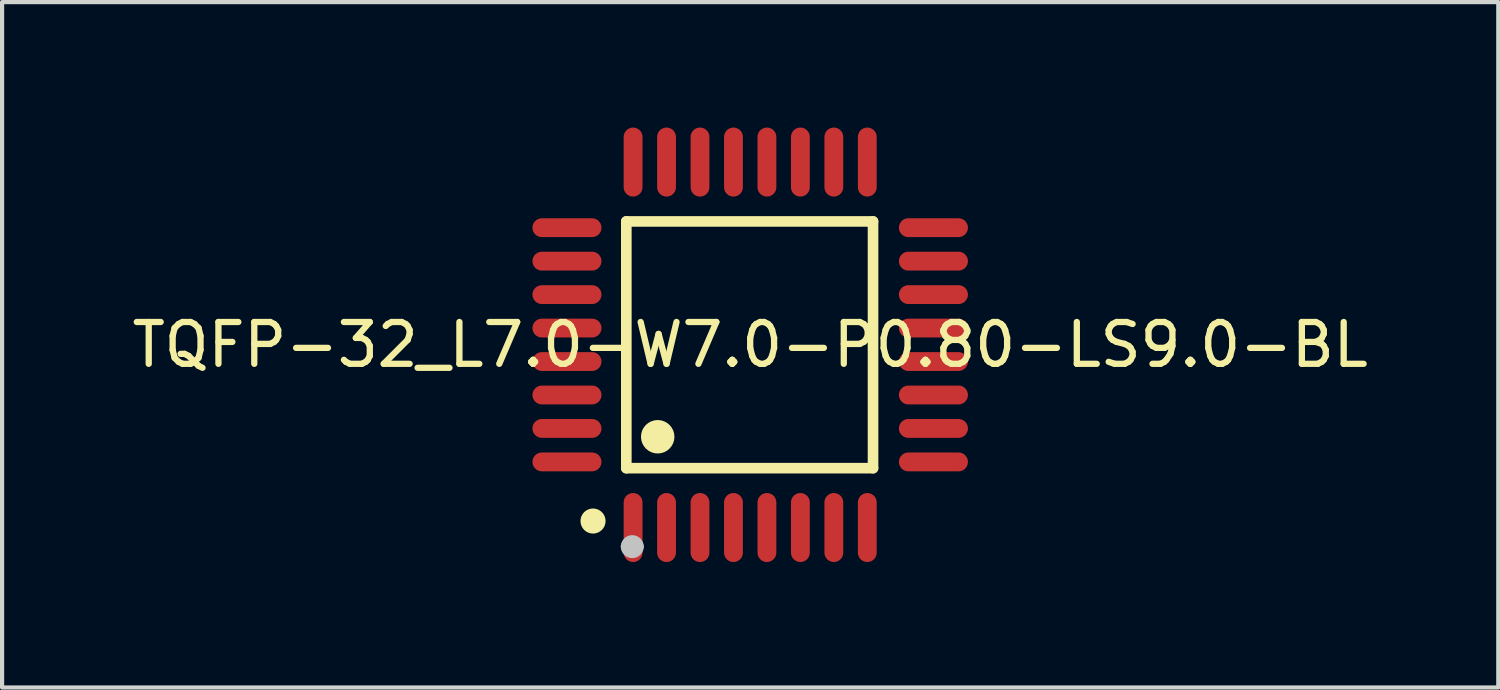
<source format=kicad_pcb>
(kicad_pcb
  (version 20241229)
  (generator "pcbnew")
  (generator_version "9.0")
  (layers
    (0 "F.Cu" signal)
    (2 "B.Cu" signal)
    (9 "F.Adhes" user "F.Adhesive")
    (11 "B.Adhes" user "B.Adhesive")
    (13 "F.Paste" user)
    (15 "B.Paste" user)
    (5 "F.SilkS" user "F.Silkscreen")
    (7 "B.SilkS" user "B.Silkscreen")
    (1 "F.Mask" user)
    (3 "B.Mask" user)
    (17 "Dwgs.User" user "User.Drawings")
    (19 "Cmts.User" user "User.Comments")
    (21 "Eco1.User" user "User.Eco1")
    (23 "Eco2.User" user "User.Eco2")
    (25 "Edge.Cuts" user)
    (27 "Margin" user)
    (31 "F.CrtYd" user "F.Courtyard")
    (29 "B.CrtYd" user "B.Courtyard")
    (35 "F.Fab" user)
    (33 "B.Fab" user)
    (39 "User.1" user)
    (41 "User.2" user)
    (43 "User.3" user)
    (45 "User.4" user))
  (footprint "TQFP-32_L7.0-W7.0-P0.80-LS9.0-BL"
    (layer "F.Cu")
    (at 14.887 5.194)
    (property "Reference" "TQFP-32_L7.0-W7.0-P0.80-LS9.0-BL" (at 0 0 0) (layer "F.SilkS") (effects (font (size 1 1) (thickness 0.15))))
    (fp_line (start -2.962 -2.95) (end -2.962 2.95) (stroke (width 0.254) (type default)) (layer "F.SilkS"))
    (fp_line (start -2.962 2.95) (end 2.937 2.95) (stroke (width 0.254) (type default)) (layer "F.SilkS"))
    (fp_line (start 2.937 -2.95) (end -2.962 -2.95) (stroke (width 0.254) (type default)) (layer "F.SilkS"))
    (fp_line (start 2.937 2.95) (end 2.937 -2.95) (stroke (width 0.254) (type default)) (layer "F.SilkS"))
    (fp_arc (start -3.7565 4.064) (mid -3.75825 4.364007) (end -3.759 4.064) (stroke (width 0.3) (type default)) (layer "F.SilkS"))
    (fp_arc (start -2.21 1.999) (mid -2.21375 2.399012) (end -2.2125 1.999) (stroke (width 0.4) (type default)) (layer "F.SilkS"))
    (fp_arc (start -2.9675 4.826) (mid -2.8195 4.678) (end -2.6715 4.826) (stroke (width 0.254) (type default)) (layer "Dwgs.User"))
    (fp_arc (start -2.6715 4.826) (mid -2.8195 4.974) (end -2.9675 4.826) (stroke (width 0.254) (type default)) (layer "Dwgs.User"))
    (fp_circle (center -2.82 4.826) (end -2.692 4.826) (stroke (width 0.254) (type default)) (fill no) (layer "Dwgs.User"))
    (fp_poly (pts (xy -4.5 -2.615) (xy -4.5 -2.985) (xy -3.9 -2.985) (xy -3.9 -2.615)) (stroke (width 0.1) (type default)) (fill no) (layer "User.1"))
    (fp_poly (pts (xy -4.5 -1.815) (xy -4.5 -2.185) (xy -3.9 -2.185) (xy -3.9 -1.815)) (stroke (width 0.1) (type default)) (fill no) (layer "User.1"))
    (fp_poly (pts (xy -4.5 -1.015) (xy -4.5 -1.385) (xy -3.9 -1.385) (xy -3.9 -1.015)) (stroke (width 0.1) (type default)) (fill no) (layer "User.1"))
    (fp_poly (pts (xy -4.5 -0.215) (xy -4.5 -0.585) (xy -3.9 -0.585) (xy -3.9 -0.215)) (stroke (width 0.1) (type default)) (fill no) (layer "User.1"))
    (fp_poly (pts (xy -4.5 0.585) (xy -4.5 0.215) (xy -3.9 0.215) (xy -3.9 0.585)) (stroke (width 0.1) (type default)) (fill no) (layer "User.1"))
    (fp_poly (pts (xy -4.5 1.385) (xy -4.5 1.015) (xy -3.9 1.015) (xy -3.9 1.385)) (stroke (width 0.1) (type default)) (fill no) (layer "User.1"))
    (fp_poly (pts (xy -4.5 2.185) (xy -4.5 1.815) (xy -3.9 1.815) (xy -3.9 2.185)) (stroke (width 0.1) (type default)) (fill no) (layer "User.1"))
    (fp_poly (pts (xy -4.5 2.985) (xy -4.5 2.615) (xy -3.9 2.615) (xy -3.9 2.985)) (stroke (width 0.1) (type default)) (fill no) (layer "User.1"))
    (fp_poly (pts (xy -3.91 -2.615) (xy -3.91 -2.985) (xy -3.49 -2.985) (xy -3.49 -2.615)) (stroke (width 0.1) (type default)) (fill no) (layer "User.1"))
    (fp_poly (pts (xy -3.91 -1.815) (xy -3.91 -2.185) (xy -3.49 -2.185) (xy -3.49 -1.815)) (stroke (width 0.1) (type default)) (fill no) (layer "User.1"))
    (fp_poly (pts (xy -3.91 -1.015) (xy -3.91 -1.385) (xy -3.49 -1.385) (xy -3.49 -1.015)) (stroke (width 0.1) (type default)) (fill no) (layer "User.1"))
    (fp_poly (pts (xy -3.91 -0.215) (xy -3.91 -0.585) (xy -3.49 -0.585) (xy -3.49 -0.215)) (stroke (width 0.1) (type default)) (fill no) (layer "User.1"))
    (fp_poly (pts (xy -3.91 0.585) (xy -3.91 0.215) (xy -3.49 0.215) (xy -3.49 0.585)) (stroke (width 0.1) (type default)) (fill no) (layer "User.1"))
    (fp_poly (pts (xy -3.91 1.385) (xy -3.91 1.015) (xy -3.49 1.015) (xy -3.49 1.385)) (stroke (width 0.1) (type default)) (fill no) (layer "User.1"))
    (fp_poly (pts (xy -3.91 2.185) (xy -3.91 1.815) (xy -3.49 1.815) (xy -3.49 2.185)) (stroke (width 0.1) (type default)) (fill no) (layer "User.1"))
    (fp_poly (pts (xy -3.91 2.985) (xy -3.91 2.615) (xy -3.49 2.615) (xy -3.49 2.985)) (stroke (width 0.1) (type default)) (fill no) (layer "User.1"))
    (fp_poly (pts (xy -2.985 -3.9) (xy -2.985 -4.5) (xy -2.615 -4.5) (xy -2.615 -3.9)) (stroke (width 0.1) (type default)) (fill no) (layer "User.1"))
    (fp_poly (pts (xy -2.985 -3.49) (xy -2.985 -3.91) (xy -2.615 -3.91) (xy -2.615 -3.49)) (stroke (width 0.1) (type default)) (fill no) (layer "User.1"))
    (fp_poly (pts (xy -2.985 3.91) (xy -2.985 3.49) (xy -2.615 3.49) (xy -2.615 3.91)) (stroke (width 0.1) (type default)) (fill no) (layer "User.1"))
    (fp_poly (pts (xy -2.985 4.5) (xy -2.985 3.9) (xy -2.615 3.9) (xy -2.615 4.5)) (stroke (width 0.1) (type default)) (fill no) (layer "User.1"))
    (fp_poly (pts (xy -2.185 -3.9) (xy -2.185 -4.5) (xy -1.815 -4.5) (xy -1.815 -3.9)) (stroke (width 0.1) (type default)) (fill no) (layer "User.1"))
    (fp_poly (pts (xy -2.185 -3.49) (xy -2.185 -3.91) (xy -1.815 -3.91) (xy -1.815 -3.49)) (stroke (width 0.1) (type default)) (fill no) (layer "User.1"))
    (fp_poly (pts (xy -2.185 3.91) (xy -2.185 3.49) (xy -1.815 3.49) (xy -1.815 3.91)) (stroke (width 0.1) (type default)) (fill no) (layer "User.1"))
    (fp_poly (pts (xy -2.185 4.5) (xy -2.185 3.9) (xy -1.815 3.9) (xy -1.815 4.5)) (stroke (width 0.1) (type default)) (fill no) (layer "User.1"))
    (fp_poly (pts (xy -1.385 -3.9) (xy -1.385 -4.5) (xy -1.015 -4.5) (xy -1.015 -3.9)) (stroke (width 0.1) (type default)) (fill no) (layer "User.1"))
    (fp_poly (pts (xy -1.385 -3.49) (xy -1.385 -3.91) (xy -1.015 -3.91) (xy -1.015 -3.49)) (stroke (width 0.1) (type default)) (fill no) (layer "User.1"))
    (fp_poly (pts (xy -1.385 3.91) (xy -1.385 3.49) (xy -1.015 3.49) (xy -1.015 3.91)) (stroke (width 0.1) (type default)) (fill no) (layer "User.1"))
    (fp_poly (pts (xy -1.385 4.5) (xy -1.385 3.9) (xy -1.015 3.9) (xy -1.015 4.5)) (stroke (width 0.1) (type default)) (fill no) (layer "User.1"))
    (fp_poly (pts (xy -0.585 -3.9) (xy -0.585 -4.5) (xy -0.215 -4.5) (xy -0.215 -3.9)) (stroke (width 0.1) (type default)) (fill no) (layer "User.1"))
    (fp_poly (pts (xy -0.585 -3.49) (xy -0.585 -3.91) (xy -0.215 -3.91) (xy -0.215 -3.49)) (stroke (width 0.1) (type default)) (fill no) (layer "User.1"))
    (fp_poly (pts (xy -0.585 3.91) (xy -0.585 3.49) (xy -0.215 3.49) (xy -0.215 3.91)) (stroke (width 0.1) (type default)) (fill no) (layer "User.1"))
    (fp_poly (pts (xy -0.585 4.5) (xy -0.585 3.9) (xy -0.215 3.9) (xy -0.215 4.5)) (stroke (width 0.1) (type default)) (fill no) (layer "User.1"))
    (fp_poly (pts (xy 0.215 -3.9) (xy 0.215 -4.5) (xy 0.585 -4.5) (xy 0.585 -3.9)) (stroke (width 0.1) (type default)) (fill no) (layer "User.1"))
    (fp_poly (pts (xy 0.215 -3.49) (xy 0.215 -3.91) (xy 0.585 -3.91) (xy 0.585 -3.49)) (stroke (width 0.1) (type default)) (fill no) (layer "User.1"))
    (fp_poly (pts (xy 0.215 3.91) (xy 0.215 3.49) (xy 0.585 3.49) (xy 0.585 3.91)) (stroke (width 0.1) (type default)) (fill no) (layer "User.1"))
    (fp_poly (pts (xy 0.215 4.5) (xy 0.215 3.9) (xy 0.585 3.9) (xy 0.585 4.5)) (stroke (width 0.1) (type default)) (fill no) (layer "User.1"))
    (fp_poly (pts (xy 1.015 -3.9) (xy 1.015 -4.5) (xy 1.385 -4.5) (xy 1.385 -3.9)) (stroke (width 0.1) (type default)) (fill no) (layer "User.1"))
    (fp_poly (pts (xy 1.015 -3.49) (xy 1.015 -3.91) (xy 1.385 -3.91) (xy 1.385 -3.49)) (stroke (width 0.1) (type default)) (fill no) (layer "User.1"))
    (fp_poly (pts (xy 1.015 3.91) (xy 1.015 3.49) (xy 1.385 3.49) (xy 1.385 3.91)) (stroke (width 0.1) (type default)) (fill no) (layer "User.1"))
    (fp_poly (pts (xy 1.015 4.5) (xy 1.015 3.9) (xy 1.385 3.9) (xy 1.385 4.5)) (stroke (width 0.1) (type default)) (fill no) (layer "User.1"))
    (fp_poly (pts (xy 1.815 -3.9) (xy 1.815 -4.5) (xy 2.185 -4.5) (xy 2.185 -3.9)) (stroke (width 0.1) (type default)) (fill no) (layer "User.1"))
    (fp_poly (pts (xy 1.815 -3.49) (xy 1.815 -3.91) (xy 2.185 -3.91) (xy 2.185 -3.49)) (stroke (width 0.1) (type default)) (fill no) (layer "User.1"))
    (fp_poly (pts (xy 1.815 3.91) (xy 1.815 3.49) (xy 2.185 3.49) (xy 2.185 3.91)) (stroke (width 0.1) (type default)) (fill no) (layer "User.1"))
    (fp_poly (pts (xy 1.815 4.5) (xy 1.815 3.9) (xy 2.185 3.9) (xy 2.185 4.5)) (stroke (width 0.1) (type default)) (fill no) (layer "User.1"))
    (fp_poly (pts (xy 2.615 -3.9) (xy 2.615 -4.5) (xy 2.985 -4.5) (xy 2.985 -3.9)) (stroke (width 0.1) (type default)) (fill no) (layer "User.1"))
    (fp_poly (pts (xy 2.615 -3.49) (xy 2.615 -3.91) (xy 2.985 -3.91) (xy 2.985 -3.49)) (stroke (width 0.1) (type default)) (fill no) (layer "User.1"))
    (fp_poly (pts (xy 2.615 3.91) (xy 2.615 3.49) (xy 2.985 3.49) (xy 2.985 3.91)) (stroke (width 0.1) (type default)) (fill no) (layer "User.1"))
    (fp_poly (pts (xy 2.615 4.5) (xy 2.615 3.9) (xy 2.985 3.9) (xy 2.985 4.5)) (stroke (width 0.1) (type default)) (fill no) (layer "User.1"))
    (fp_poly (pts (xy 3.49 -2.615) (xy 3.49 -2.985) (xy 3.91 -2.985) (xy 3.91 -2.615)) (stroke (width 0.1) (type default)) (fill no) (layer "User.1"))
    (fp_poly (pts (xy 3.49 -1.815) (xy 3.49 -2.185) (xy 3.91 -2.185) (xy 3.91 -1.815)) (stroke (width 0.1) (type default)) (fill no) (layer "User.1"))
    (fp_poly (pts (xy 3.49 -1.015) (xy 3.49 -1.385) (xy 3.91 -1.385) (xy 3.91 -1.015)) (stroke (width 0.1) (type default)) (fill no) (layer "User.1"))
    (fp_poly (pts (xy 3.49 -0.215) (xy 3.49 -0.585) (xy 3.91 -0.585) (xy 3.91 -0.215)) (stroke (width 0.1) (type default)) (fill no) (layer "User.1"))
    (fp_poly (pts (xy 3.49 0.585) (xy 3.49 0.215) (xy 3.91 0.215) (xy 3.91 0.585)) (stroke (width 0.1) (type default)) (fill no) (layer "User.1"))
    (fp_poly (pts (xy 3.49 1.385) (xy 3.49 1.015) (xy 3.91 1.015) (xy 3.91 1.385)) (stroke (width 0.1) (type default)) (fill no) (layer "User.1"))
    (fp_poly (pts (xy 3.49 2.185) (xy 3.49 1.815) (xy 3.91 1.815) (xy 3.91 2.185)) (stroke (width 0.1) (type default)) (fill no) (layer "User.1"))
    (fp_poly (pts (xy 3.49 2.985) (xy 3.49 2.615) (xy 3.91 2.615) (xy 3.91 2.985)) (stroke (width 0.1) (type default)) (fill no) (layer "User.1"))
    (fp_poly (pts (xy 3.9 -2.615) (xy 3.9 -2.985) (xy 4.5 -2.985) (xy 4.5 -2.615)) (stroke (width 0.1) (type default)) (fill no) (layer "User.1"))
    (fp_poly (pts (xy 3.9 -1.815) (xy 3.9 -2.185) (xy 4.5 -2.185) (xy 4.5 -1.815)) (stroke (width 0.1) (type default)) (fill no) (layer "User.1"))
    (fp_poly (pts (xy 3.9 -1.015) (xy 3.9 -1.385) (xy 4.5 -1.385) (xy 4.5 -1.015)) (stroke (width 0.1) (type default)) (fill no) (layer "User.1"))
    (fp_poly (pts (xy 3.9 -0.215) (xy 3.9 -0.585) (xy 4.5 -0.585) (xy 4.5 -0.215)) (stroke (width 0.1) (type default)) (fill no) (layer "User.1"))
    (fp_poly (pts (xy 3.9 0.585) (xy 3.9 0.215) (xy 4.5 0.215) (xy 4.5 0.585)) (stroke (width 0.1) (type default)) (fill no) (layer "User.1"))
    (fp_poly (pts (xy 3.9 1.385) (xy 3.9 1.015) (xy 4.5 1.015) (xy 4.5 1.385)) (stroke (width 0.1) (type default)) (fill no) (layer "User.1"))
    (fp_poly (pts (xy 3.9 2.185) (xy 3.9 1.815) (xy 4.5 1.815) (xy 4.5 2.185)) (stroke (width 0.1) (type default)) (fill no) (layer "User.1"))
    (fp_poly (pts (xy 3.9 2.985) (xy 3.9 2.615) (xy 4.5 2.615) (xy 4.5 2.985)) (stroke (width 0.1) (type default)) (fill no) (layer "User.1"))
    (fp_line (start -3.5 -3.5) (end 3.5 -3.5) (stroke (width 0.051) (type default)) (layer "User.2"))
    (fp_line (start -3.5 3.5) (end -3.5 -3.5) (stroke (width 0.051) (type default)) (layer "User.2"))
    (fp_line (start 3.5 -3.5) (end 3.5 3.5) (stroke (width 0.051) (type default)) (layer "User.2"))
    (fp_line (start 3.5 3.5) (end -3.5 3.5) (stroke (width 0.051) (type default)) (layer "User.2"))
    (fp_poly (pts (xy -4.439 4.5) (xy -4.457 4.458) (xy -4.5 4.44) (xy -4.542 4.458) (xy -4.559 4.5) (xy -4.542 4.542) (xy -4.5 4.56) (xy -4.457 4.542)) (stroke (width 0.1) (type default)) (fill no) (layer "User.3"))
    (pad "1" smd oval (at -2.8 4.369) (size 0.45 1.65) (layers "F.Cu" "F.Mask" "F.Paste"))
    (pad "2" smd oval (at -2 4.369) (size 0.45 1.65) (layers "F.Cu" "F.Mask" "F.Paste"))
    (pad "3" smd oval (at -1.2 4.369) (size 0.45 1.65) (layers "F.Cu" "F.Mask" "F.Paste"))
    (pad "4" smd oval (at -0.4 4.369) (size 0.45 1.65) (layers "F.Cu" "F.Mask" "F.Paste"))
    (pad "5" smd oval (at 0.4 4.369) (size 0.45 1.65) (layers "F.Cu" "F.Mask" "F.Paste"))
    (pad "6" smd oval (at 1.2 4.369) (size 0.45 1.65) (layers "F.Cu" "F.Mask" "F.Paste"))
    (pad "7" smd oval (at 2 4.369) (size 0.45 1.65) (layers "F.Cu" "F.Mask" "F.Paste"))
    (pad "8" smd oval (at 2.8 4.369) (size 0.45 1.65) (layers "F.Cu" "F.Mask" "F.Paste"))
    (pad "9" smd oval (at 4.381 2.8) (size 1.65 0.45) (layers "F.Cu" "F.Mask" "F.Paste"))
    (pad "10" smd oval (at 4.381 2) (size 1.65 0.45) (layers "F.Cu" "F.Mask" "F.Paste"))
    (pad "11" smd oval (at 4.381 1.2) (size 1.65 0.45) (layers "F.Cu" "F.Mask" "F.Paste"))
    (pad "12" smd oval (at 4.381 0.4) (size 1.65 0.45) (layers "F.Cu" "F.Mask" "F.Paste"))
    (pad "13" smd oval (at 4.381 -0.4) (size 1.65 0.45) (layers "F.Cu" "F.Mask" "F.Paste"))
    (pad "14" smd oval (at 4.381 -1.2) (size 1.65 0.45) (layers "F.Cu" "F.Mask" "F.Paste"))
    (pad "15" smd oval (at 4.381 -2) (size 1.65 0.45) (layers "F.Cu" "F.Mask" "F.Paste"))
    (pad "16" smd oval (at 4.381 -2.8) (size 1.65 0.45) (layers "F.Cu" "F.Mask" "F.Paste"))
    (pad "17" smd oval (at 2.8 -4.369) (size 0.45 1.65) (layers "F.Cu" "F.Mask" "F.Paste"))
    (pad "18" smd oval (at 2 -4.369) (size 0.45 1.65) (layers "F.Cu" "F.Mask" "F.Paste"))
    (pad "19" smd oval (at 1.2 -4.369) (size 0.45 1.65) (layers "F.Cu" "F.Mask" "F.Paste"))
    (pad "20" smd oval (at 0.4 -4.369) (size 0.45 1.65) (layers "F.Cu" "F.Mask" "F.Paste"))
    (pad "21" smd oval (at -0.4 -4.369) (size 0.45 1.65) (layers "F.Cu" "F.Mask" "F.Paste"))
    (pad "22" smd oval (at -1.2 -4.369) (size 0.45 1.65) (layers "F.Cu" "F.Mask" "F.Paste"))
    (pad "23" smd oval (at -2 -4.369) (size 0.45 1.65) (layers "F.Cu" "F.Mask" "F.Paste"))
    (pad "24" smd oval (at -2.8 -4.369) (size 0.45 1.65) (layers "F.Cu" "F.Mask" "F.Paste"))
    (pad "25" smd oval (at -4.381 -2.8) (size 1.65 0.45) (layers "F.Cu" "F.Mask" "F.Paste"))
    (pad "26" smd oval (at -4.381 -2) (size 1.65 0.45) (layers "F.Cu" "F.Mask" "F.Paste"))
    (pad "27" smd oval (at -4.381 -1.2) (size 1.65 0.45) (layers "F.Cu" "F.Mask" "F.Paste"))
    (pad "28" smd oval (at -4.381 -0.4) (size 1.65 0.45) (layers "F.Cu" "F.Mask" "F.Paste"))
    (pad "29" smd oval (at -4.381 0.4) (size 1.65 0.45) (layers "F.Cu" "F.Mask" "F.Paste"))
    (pad "30" smd oval (at -4.381 1.2) (size 1.65 0.45) (layers "F.Cu" "F.Mask" "F.Paste"))
    (pad "31" smd oval (at -4.381 2) (size 1.65 0.45) (layers "F.Cu" "F.Mask" "F.Paste"))
    (pad "32" smd oval (at -4.381 2.8) (size 1.65 0.45) (layers "F.Cu" "F.Mask" "F.Paste")))
  (gr_rect
    (start -3 -3)
    (end 32.774 13.388)
    (stroke (width 0.1) (type default))
    (fill no)
    (layer "Edge.Cuts")))
</source>
